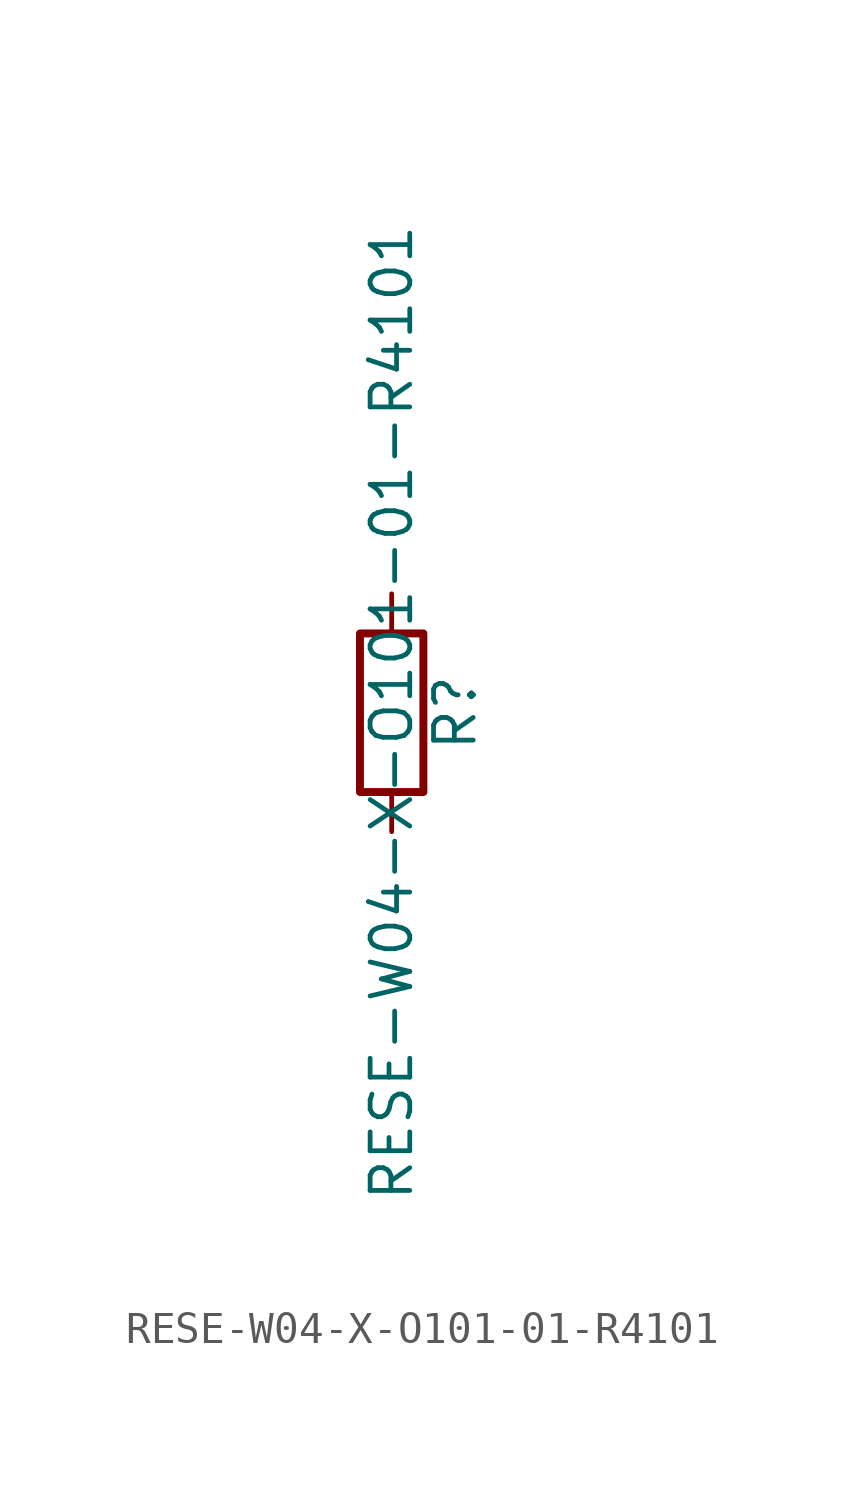
<source format=kicad_sym>
(kicad_symbol_lib
  (version 20211014)
  (generator kicad_symbol_editor)
  (symbol "RESE-W04-X-O101-01-R4101"
    (pin_numbers hide)
    (pin_names
      (offset 0))
    (property "Reference" "R"
      (at 2.032 0 90)
      (effects (font (size 1.27 1.27))))
    (property "Value" "RESE-W04-X-O101-01-R4101"
      (at 0 0 90)
      (effects (font (size 1.27 1.27))))
    (symbol "RESE-W04-X-O101-01-R4101_0_1"
      (rectangle (start -1.016 -2.54) (end 1.016 2.54) (stroke (width 0.254) (type default) (color 0 0 0 0)) (fill (type none))))
    (symbol "RESE-W04-X-O101-01-R4101_1_1"
      (pin passive line (at 0 3.81 270) (length 1.27) (name "~" (effects (font (size 1.27 1.27)))) (number "1" (effects (font (size 1.27 1.27)))))
      (pin passive line (at 0 -3.81 90) (length 1.27) (name "~" (effects (font (size 1.27 1.27)))) (number "2" (effects (font (size 1.27 1.27))))))))
</source>
